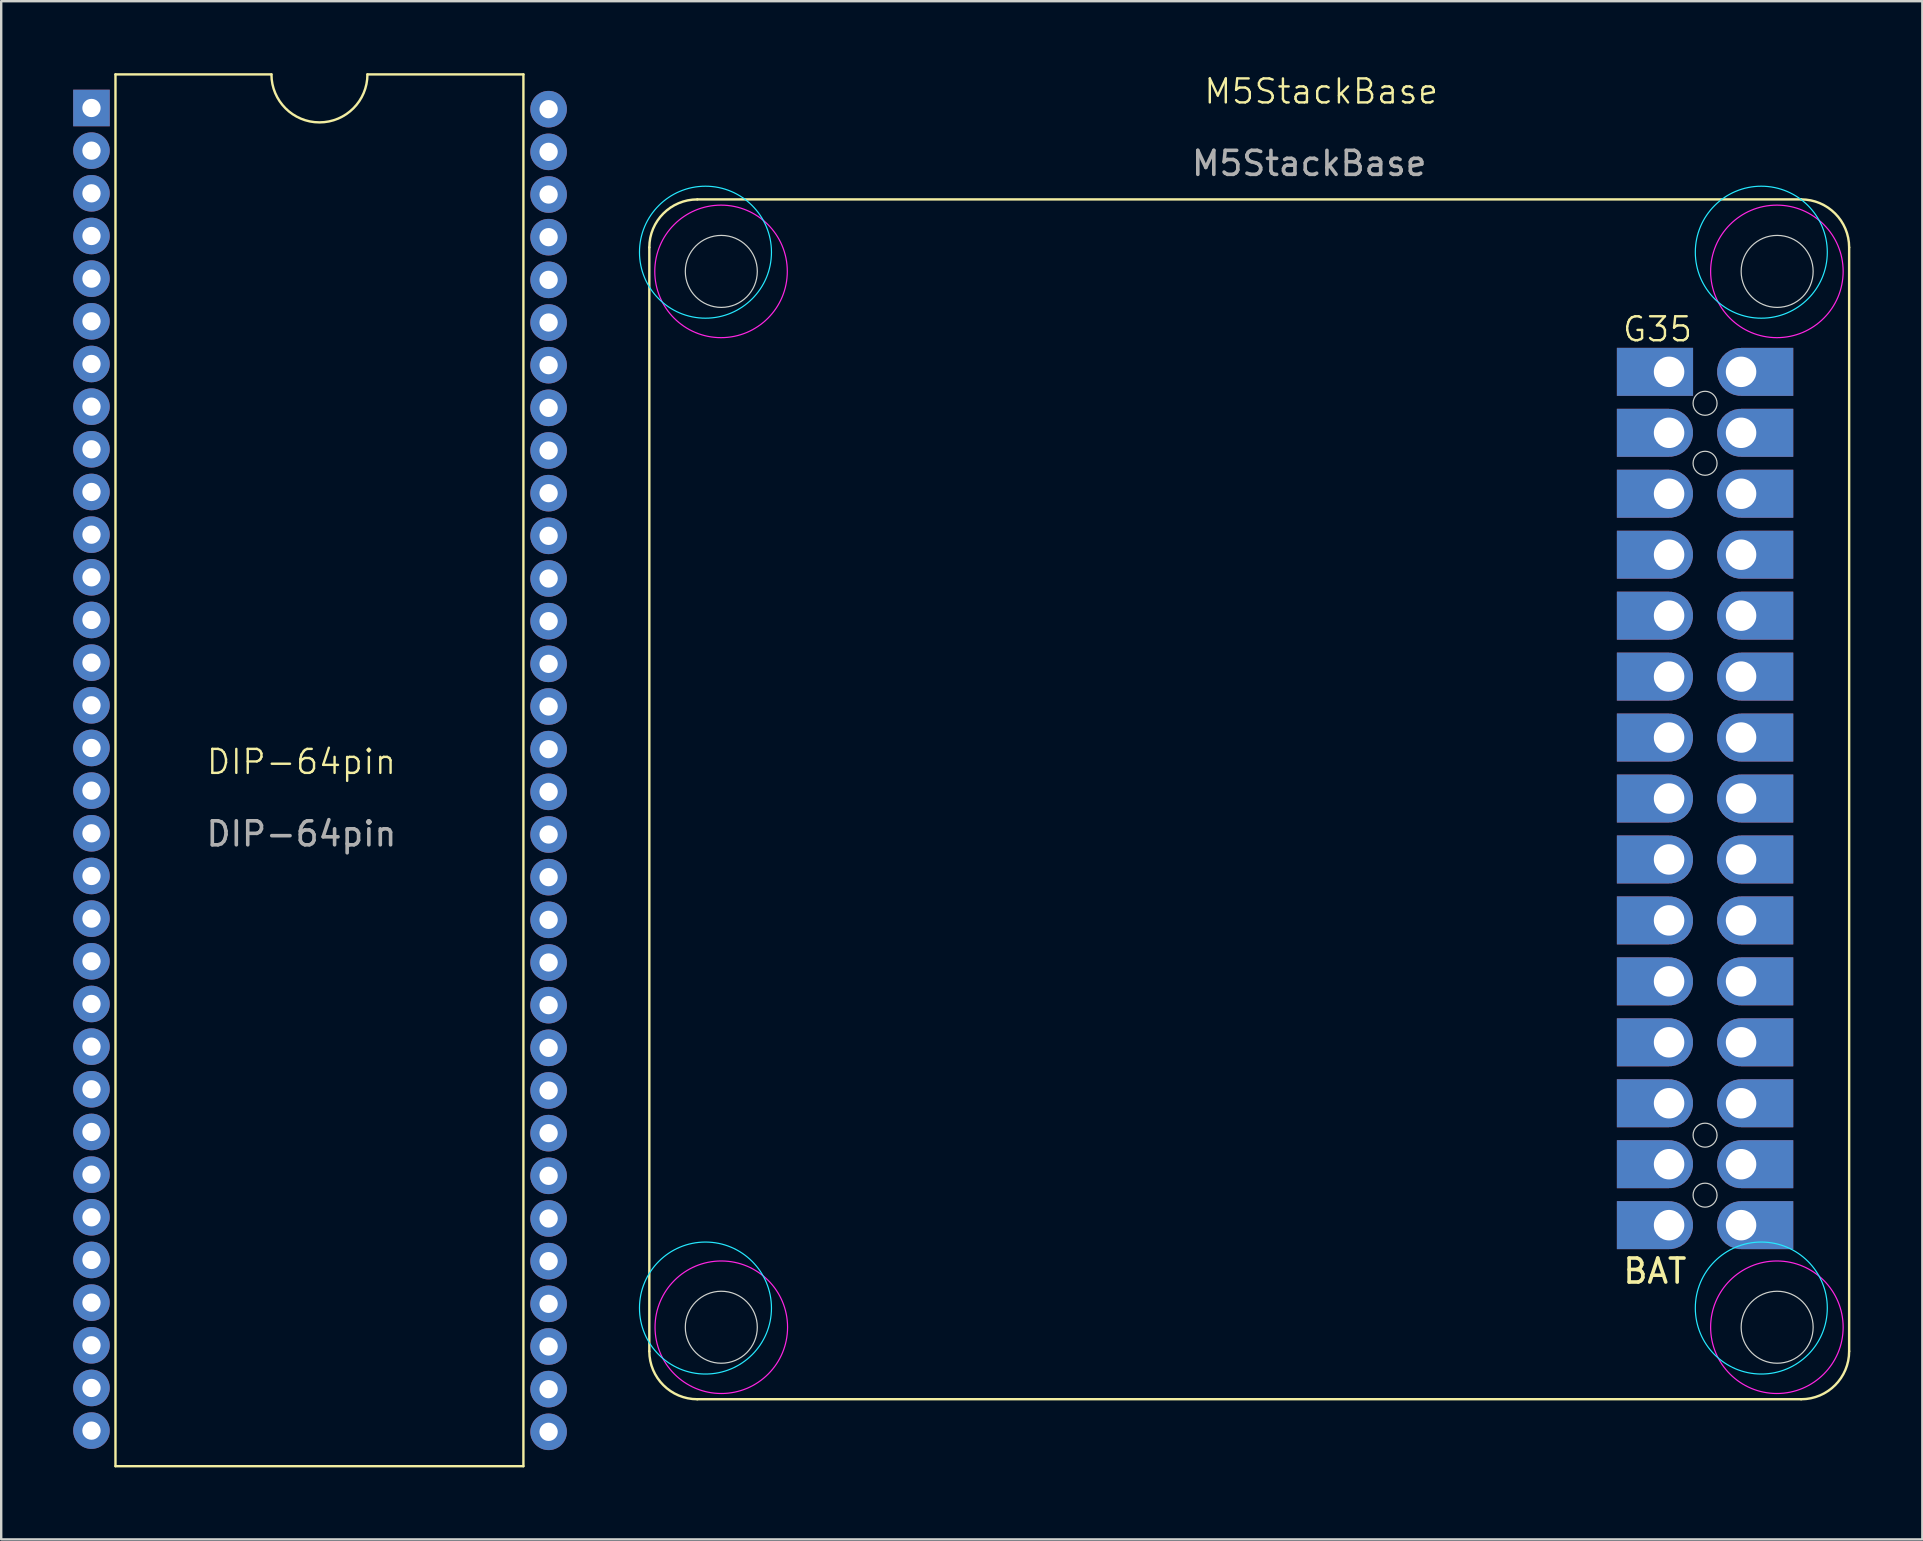
<source format=kicad_pcb>
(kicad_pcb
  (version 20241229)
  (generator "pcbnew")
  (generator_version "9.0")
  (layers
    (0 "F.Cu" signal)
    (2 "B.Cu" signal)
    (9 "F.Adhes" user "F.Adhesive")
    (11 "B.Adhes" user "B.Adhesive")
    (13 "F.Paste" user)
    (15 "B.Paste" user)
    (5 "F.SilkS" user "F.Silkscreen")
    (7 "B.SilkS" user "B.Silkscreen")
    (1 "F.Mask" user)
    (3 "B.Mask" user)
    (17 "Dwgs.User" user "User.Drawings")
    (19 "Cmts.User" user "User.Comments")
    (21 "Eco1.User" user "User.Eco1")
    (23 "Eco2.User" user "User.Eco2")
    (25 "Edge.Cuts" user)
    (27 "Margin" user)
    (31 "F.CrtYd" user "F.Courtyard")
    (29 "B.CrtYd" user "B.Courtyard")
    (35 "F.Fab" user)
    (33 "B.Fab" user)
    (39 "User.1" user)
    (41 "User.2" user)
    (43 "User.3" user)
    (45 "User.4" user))
  (footprint "DIP-64pin"
    (layer "F.Cu")
    (at 0.762 1.45)
    (property "Reference" "DIP-64pin" (at 8.75 27.25 0) (unlocked yes) (layer "F.SilkS") (effects (font (size 1 1) (thickness 0.1))))
    (attr through_hole)
    (fp_line (start 1 -1.4) (end 7.5 -1.4) (stroke (width 0.1) (type default)) (layer "F.SilkS"))
    (fp_line (start 1 56.6) (end 1 -1.4) (stroke (width 0.1) (type default)) (layer "F.SilkS"))
    (fp_line (start 11.5 -1.4) (end 18 -1.4) (stroke (width 0.1) (type default)) (layer "F.SilkS"))
    (fp_line (start 18 -1.4) (end 18 56.6) (stroke (width 0.1) (type default)) (layer "F.SilkS"))
    (fp_line (start 18 56.6) (end 1 56.6) (stroke (width 0.1) (type default)) (layer "F.SilkS"))
    (fp_arc (start 11.5 -1.4) (mid 9.5 0.6) (end 7.5 -1.4) (stroke (width 0.1) (type default)) (layer "F.SilkS"))
    (fp_text user "${REFERENCE}" (at 8.75 30.25 0) (unlocked yes) (layer "F.Fab") (effects (font (size 1 1) (thickness 0.15))))
    (pad "1" thru_hole rect (at 0 0) (size 1.524 1.524) (drill 0.762) (layers "*.Cu" "*.Mask"))
    (pad "2" thru_hole circle (at 0 1.778) (size 1.524 1.524) (drill 0.762) (layers "*.Cu" "*.Mask"))
    (pad "3" thru_hole circle (at 0 3.556) (size 1.524 1.524) (drill 0.762) (layers "*.Cu" "*.Mask"))
    (pad "4" thru_hole circle (at 0 5.334) (size 1.524 1.524) (drill 0.762) (layers "*.Cu" "*.Mask"))
    (pad "5" thru_hole circle (at 0 7.112) (size 1.524 1.524) (drill 0.762) (layers "*.Cu" "*.Mask"))
    (pad "6" thru_hole circle (at 0 8.89) (size 1.524 1.524) (drill 0.762) (layers "*.Cu" "*.Mask"))
    (pad "7" thru_hole circle (at 0 10.668) (size 1.524 1.524) (drill 0.762) (layers "*.Cu" "*.Mask"))
    (pad "8" thru_hole circle (at 0 12.446) (size 1.524 1.524) (drill 0.762) (layers "*.Cu" "*.Mask"))
    (pad "9" thru_hole circle (at 0 14.224) (size 1.524 1.524) (drill 0.762) (layers "*.Cu" "*.Mask"))
    (pad "10" thru_hole circle (at 0 16.002) (size 1.524 1.524) (drill 0.762) (layers "*.Cu" "*.Mask"))
    (pad "11" thru_hole circle (at 0 17.78) (size 1.524 1.524) (drill 0.762) (layers "*.Cu" "*.Mask"))
    (pad "12" thru_hole circle (at 0 19.558) (size 1.524 1.524) (drill 0.762) (layers "*.Cu" "*.Mask"))
    (pad "13" thru_hole circle (at 0 21.336) (size 1.524 1.524) (drill 0.762) (layers "*.Cu" "*.Mask"))
    (pad "14" thru_hole circle (at 0 23.114) (size 1.524 1.524) (drill 0.762) (layers "*.Cu" "*.Mask"))
    (pad "15" thru_hole circle (at 0 24.892) (size 1.524 1.524) (drill 0.762) (layers "*.Cu" "*.Mask"))
    (pad "16" thru_hole circle (at 0 26.67) (size 1.524 1.524) (drill 0.762) (layers "*.Cu" "*.Mask"))
    (pad "17" thru_hole circle (at 0 28.448) (size 1.524 1.524) (drill 0.762) (layers "*.Cu" "*.Mask"))
    (pad "18" thru_hole circle (at 0 30.226) (size 1.524 1.524) (drill 0.762) (layers "*.Cu" "*.Mask"))
    (pad "19" thru_hole circle (at 0 32.004) (size 1.524 1.524) (drill 0.762) (layers "*.Cu" "*.Mask"))
    (pad "20" thru_hole circle (at 0 33.782) (size 1.524 1.524) (drill 0.762) (layers "*.Cu" "*.Mask"))
    (pad "21" thru_hole circle (at 0 35.56) (size 1.524 1.524) (drill 0.762) (layers "*.Cu" "*.Mask"))
    (pad "22" thru_hole circle (at 0 37.338) (size 1.524 1.524) (drill 0.762) (layers "*.Cu" "*.Mask"))
    (pad "23" thru_hole circle (at 0 39.116) (size 1.524 1.524) (drill 0.762) (layers "*.Cu" "*.Mask"))
    (pad "24" thru_hole circle (at 0 40.894) (size 1.524 1.524) (drill 0.762) (layers "*.Cu" "*.Mask"))
    (pad "25" thru_hole circle (at 0 42.672) (size 1.524 1.524) (drill 0.762) (layers "*.Cu" "*.Mask"))
    (pad "26" thru_hole circle (at 0 44.45) (size 1.524 1.524) (drill 0.762) (layers "*.Cu" "*.Mask"))
    (pad "27" thru_hole circle (at 0 46.228) (size 1.524 1.524) (drill 0.762) (layers "*.Cu" "*.Mask"))
    (pad "28" thru_hole circle (at 0 48.006) (size 1.524 1.524) (drill 0.762) (layers "*.Cu" "*.Mask"))
    (pad "29" thru_hole circle (at 0 49.784) (size 1.524 1.524) (drill 0.762) (layers "*.Cu" "*.Mask"))
    (pad "30" thru_hole circle (at 0 51.562) (size 1.524 1.524) (drill 0.762) (layers "*.Cu" "*.Mask"))
    (pad "31" thru_hole circle (at 0 53.34) (size 1.524 1.524) (drill 0.762) (layers "*.Cu" "*.Mask"))
    (pad "32" thru_hole circle (at 0 55.118) (size 1.524 1.524) (drill 0.762) (layers "*.Cu" "*.Mask"))
    (pad "33" thru_hole circle (at 19.05 55.168) (size 1.524 1.524) (drill 0.762) (layers "*.Cu" "*.Mask"))
    (pad "34" thru_hole circle (at 19.05 53.39) (size 1.524 1.524) (drill 0.762) (layers "*.Cu" "*.Mask"))
    (pad "35" thru_hole circle (at 19.05 51.612) (size 1.524 1.524) (drill 0.762) (layers "*.Cu" "*.Mask"))
    (pad "36" thru_hole circle (at 19.05 49.834) (size 1.524 1.524) (drill 0.762) (layers "*.Cu" "*.Mask"))
    (pad "37" thru_hole circle (at 19.05 48.056) (size 1.524 1.524) (drill 0.762) (layers "*.Cu" "*.Mask"))
    (pad "38" thru_hole circle (at 19.05 46.278) (size 1.524 1.524) (drill 0.762) (layers "*.Cu" "*.Mask"))
    (pad "39" thru_hole circle (at 19.05 44.5) (size 1.524 1.524) (drill 0.762) (layers "*.Cu" "*.Mask"))
    (pad "40" thru_hole circle (at 19.05 42.722) (size 1.524 1.524) (drill 0.762) (layers "*.Cu" "*.Mask"))
    (pad "41" thru_hole circle (at 19.05 40.944) (size 1.524 1.524) (drill 0.762) (layers "*.Cu" "*.Mask"))
    (pad "42" thru_hole circle (at 19.05 39.166) (size 1.524 1.524) (drill 0.762) (layers "*.Cu" "*.Mask"))
    (pad "43" thru_hole circle (at 19.05 37.388) (size 1.524 1.524) (drill 0.762) (layers "*.Cu" "*.Mask"))
    (pad "44" thru_hole circle (at 19.05 35.61) (size 1.524 1.524) (drill 0.762) (layers "*.Cu" "*.Mask"))
    (pad "45" thru_hole circle (at 19.05 33.832) (size 1.524 1.524) (drill 0.762) (layers "*.Cu" "*.Mask"))
    (pad "46" thru_hole circle (at 19.05 32.054) (size 1.524 1.524) (drill 0.762) (layers "*.Cu" "*.Mask"))
    (pad "47" thru_hole circle (at 19.05 30.276) (size 1.524 1.524) (drill 0.762) (layers "*.Cu" "*.Mask"))
    (pad "48" thru_hole circle (at 19.05 28.498) (size 1.524 1.524) (drill 0.762) (layers "*.Cu" "*.Mask"))
    (pad "49" thru_hole circle (at 19.05 26.72) (size 1.524 1.524) (drill 0.762) (layers "*.Cu" "*.Mask"))
    (pad "50" thru_hole circle (at 19.05 24.942) (size 1.524 1.524) (drill 0.762) (layers "*.Cu" "*.Mask"))
    (pad "51" thru_hole circle (at 19.05 23.164) (size 1.524 1.524) (drill 0.762) (layers "*.Cu" "*.Mask"))
    (pad "52" thru_hole circle (at 19.05 21.386) (size 1.524 1.524) (drill 0.762) (layers "*.Cu" "*.Mask"))
    (pad "53" thru_hole circle (at 19.05 19.608) (size 1.524 1.524) (drill 0.762) (layers "*.Cu" "*.Mask"))
    (pad "54" thru_hole circle (at 19.05 17.83) (size 1.524 1.524) (drill 0.762) (layers "*.Cu" "*.Mask"))
    (pad "55" thru_hole circle (at 19.05 16.052) (size 1.524 1.524) (drill 0.762) (layers "*.Cu" "*.Mask"))
    (pad "56" thru_hole circle (at 19.05 14.274) (size 1.524 1.524) (drill 0.762) (layers "*.Cu" "*.Mask"))
    (pad "57" thru_hole circle (at 19.05 12.496) (size 1.524 1.524) (drill 0.762) (layers "*.Cu" "*.Mask"))
    (pad "58" thru_hole circle (at 19.05 10.718) (size 1.524 1.524) (drill 0.762) (layers "*.Cu" "*.Mask"))
    (pad "59" thru_hole circle (at 19.05 8.94) (size 1.524 1.524) (drill 0.762) (layers "*.Cu" "*.Mask"))
    (pad "60" thru_hole circle (at 19.05 7.162) (size 1.524 1.524) (drill 0.762) (layers "*.Cu" "*.Mask"))
    (pad "61" thru_hole circle (at 19.05 5.384) (size 1.524 1.524) (drill 0.762) (layers "*.Cu" "*.Mask"))
    (pad "62" thru_hole circle (at 19.05 3.606) (size 1.524 1.524) (drill 0.762) (layers "*.Cu" "*.Mask"))
    (pad "63" thru_hole circle (at 19.05 1.828) (size 1.524 1.524) (drill 0.762) (layers "*.Cu" "*.Mask"))
    (pad "64" thru_hole circle (at 19.05 0.05) (size 1.524 1.524) (drill 0.762) (layers "*.Cu" "*.Mask")))
  (footprint "M5StackBase"
    (layer "F.Cu")
    (at 24.003 5.254)
    (property "Reference" "M5StackBase" (at 28.006 -4.494 0) (unlocked yes) (layer "F.SilkS") (effects (font (size 1 1) (thickness 0.1))))
    (fp_line (start 0.006 2.006) (end 0.006 48.006) (stroke (width 0.1) (type default)) (layer "F.SilkS"))
    (fp_line (start 2.006 50.006) (end 48.006 50.006) (stroke (width 0.1) (type default)) (layer "F.SilkS"))
    (fp_line (start 48.006 0.006) (end 2.006 0.006) (stroke (width 0.1) (type default)) (layer "F.SilkS"))
    (fp_line (start 50.006 48.006) (end 50.006 2.006) (stroke (width 0.1) (type default)) (layer "F.SilkS"))
    (fp_arc (start 0.006214 2.006214) (mid 0.592 0.592) (end 2.006214 0.006214) (stroke (width 0.1) (type default)) (layer "F.SilkS"))
    (fp_arc (start 2.006214 50.006214) (mid 0.592 49.420428) (end 0.006214 48.006214) (stroke (width 0.1) (type default)) (layer "F.SilkS"))
    (fp_arc (start 48.006214 0.006214) (mid 49.420428 0.592) (end 50.006214 2.006214) (stroke (width 0.1) (type default)) (layer "F.SilkS"))
    (fp_arc (start 50.006214 48.006214) (mid 49.420428 49.420428) (end 48.006214 50.006214) (stroke (width 0.1) (type default)) (layer "F.SilkS"))
    (fp_circle (center 3.006 3.006) (end 3.006 4.506) (stroke (width 0.05) (type default)) (fill no) (layer "Edge.Cuts"))
    (fp_circle (center 3.006 47.006) (end 3.006 48.506) (stroke (width 0.05) (type default)) (fill no) (layer "Edge.Cuts"))
    (fp_circle (center 44.002 8.502) (end 44.002 9.002) (stroke (width 0.05) (type default)) (fill no) (layer "Edge.Cuts"))
    (fp_circle (center 44.002 11.002) (end 44.002 11.502) (stroke (width 0.05) (type default)) (fill no) (layer "Edge.Cuts"))
    (fp_circle (center 44.002 39.002) (end 44.002 39.502) (stroke (width 0.05) (type default)) (fill no) (layer "Edge.Cuts"))
    (fp_circle (center 44.002 41.502) (end 44.002 42.002) (stroke (width 0.05) (type default)) (fill no) (layer "Edge.Cuts"))
    (fp_circle (center 47.006 3.006) (end 47.006 4.506) (stroke (width 0.05) (type default)) (fill no) (layer "Edge.Cuts"))
    (fp_circle (center 47.006 47.006) (end 47.006 48.506) (stroke (width 0.05) (type default)) (fill no) (layer "Edge.Cuts"))
    (fp_circle (center 2.346 2.206) (end 2.346 4.956) (stroke (width 0.05) (type default)) (fill no) (layer "B.CrtYd"))
    (fp_circle (center 2.346 46.206) (end 2.346 48.956) (stroke (width 0.05) (type default)) (fill no) (layer "B.CrtYd"))
    (fp_circle (center 46.346 2.206) (end 46.346 4.956) (stroke (width 0.05) (type default)) (fill no) (layer "B.CrtYd"))
    (fp_circle (center 46.346 46.206) (end 46.346 48.956) (stroke (width 0.05) (type default)) (fill no) (layer "B.CrtYd"))
    (fp_circle (center 2.995 3.006) (end 3.245 5.756) (stroke (width 0.05) (type default)) (fill no) (layer "F.CrtYd"))
    (fp_circle (center 3.006 47.006) (end 3.256 49.756) (stroke (width 0.05) (type default)) (fill no) (layer "F.CrtYd"))
    (fp_circle (center 46.995 3.006) (end 47.245 5.756) (stroke (width 0.05) (type default)) (fill no) (layer "F.CrtYd"))
    (fp_circle (center 46.995 47.006) (end 47.245 49.756) (stroke (width 0.05) (type default)) (fill no) (layer "F.CrtYd"))
    (fp_text user "BAT" (at 40.502 45.252 0) (unlocked yes) (layer "F.SilkS") (effects (font (size 1 1) (thickness 0.15)) (justify left bottom)))
    (fp_text user "G35" (at 40.502 6.002 0) (unlocked yes) (layer "F.SilkS") (effects (font (size 1 1) (thickness 0.1)) (justify left bottom)))
    (fp_text user "${REFERENCE}" (at 27.506 -1.494 0) (unlocked yes) (layer "F.Fab") (effects (font (size 1 1) (thickness 0.15))))
    (pad "3V3" thru_hole custom (at 42.502 19.892) (size 2 2) (drill 1.27) (layers "*.Cu" "*.Mask") (options (anchor circle)) (primitives (gr_poly (pts (xy 0 -1) (xy -2.175 -1) (xy -2.175 1) (xy 0 1)) (width 0) (fill yes))))
    (pad "5V" thru_hole custom (at 42.502 40.212) (size 2 2) (drill 1.27) (layers "*.Cu" "*.Mask") (options (anchor circle)) (primitives (gr_poly (pts (xy 0 -1) (xy -2.175 -1) (xy -2.175 1) (xy 0 1)) (width 0) (fill yes))))
    (pad "BAT" thru_hole custom (at 42.502 42.752) (size 2 2) (drill 1.27) (layers "*.Cu" "*.Mask") (options (anchor circle)) (primitives (gr_poly (pts (xy 0 -1) (xy -2.175 -1) (xy -2.175 1) (xy 0 1)) (width 0) (fill yes))))
    (pad "EN" thru_hole custom (at 42.502 12.272) (size 2 2) (drill 1.27) (layers "*.Cu" "*.Mask") (options (anchor circle)) (primitives (gr_poly (pts (xy 0 -1) (xy -2.175 -1) (xy -2.175 1) (xy 0 1)) (width 0) (fill yes))))
    (pad "G0" thru_hole custom (at 42.502 35.132) (size 2 2) (drill 1.27) (layers "*.Cu" "*.Mask") (options (anchor circle)) (primitives (gr_poly (pts (xy 0 -1) (xy -2.175 -1) (xy -2.175 1) (xy 0 1)) (width 0) (fill yes))))
    (pad "G1" thru_hole custom (at 42.502 22.432) (size 2 2) (drill 1.27) (layers "*.Cu" "*.Mask") (options (anchor circle)) (primitives (gr_poly (pts (xy 0 -1) (xy -2.175 -1) (xy -2.175 1) (xy 0 1)) (width 0) (fill yes))))
    (pad "G2" thru_hole custom (at 45.502 35.132) (size 2 2) (drill 1.27) (layers "*.Cu" "*.Mask") (options (anchor circle)) (primitives (gr_poly (pts (xy 0 -1) (xy 2.175 -1) (xy 2.175 1) (xy 0 1)) (width 0) (fill yes))))
    (pad "G3" thru_hole custom (at 45.502 22.432) (size 2 2) (drill 1.27) (layers "*.Cu" "*.Mask") (options (anchor circle)) (primitives (gr_poly (pts (xy 0 -1) (xy 2.175 -1) (xy 2.175 1) (xy 0 1)) (width 0) (fill yes))))
    (pad "G13" thru_hole custom (at 45.502 24.972) (size 2 2) (drill 1.27) (layers "*.Cu" "*.Mask") (options (anchor circle)) (primitives (gr_poly (pts (xy 0 -1) (xy 2.175 -1) (xy 2.175 1) (xy 0 1)) (width 0) (fill yes))))
    (pad "G14" thru_hole custom (at 42.502 24.972) (size 2 2) (drill 1.27) (layers "*.Cu" "*.Mask") (options (anchor circle)) (primitives (gr_poly (pts (xy 0 -1) (xy -2.175 -1) (xy -2.175 1) (xy 0 1)) (width 0) (fill yes))))
    (pad "G18" thru_hole custom (at 45.502 19.892) (size 2 2) (drill 1.27) (layers "*.Cu" "*.Mask") (options (anchor circle)) (primitives (gr_poly (pts (xy 0 -1) (xy 2.175 -1) (xy 2.175 1) (xy 0 1)) (width 0) (fill yes))))
    (pad "G19" thru_hole custom (at 42.502 32.592) (size 2 2) (drill 1.27) (layers "*.Cu" "*.Mask") (options (anchor circle)) (primitives (gr_poly (pts (xy 0 -1) (xy -2.175 -1) (xy -2.175 1) (xy 0 1)) (width 0) (fill yes))))
    (pad "G21" thru_hole custom (at 45.502 27.512) (size 2 2) (drill 1.27) (layers "*.Cu" "*.Mask") (options (anchor circle)) (primitives (gr_poly (pts (xy 0 -1) (xy 2.175 -1) (xy 2.175 1) (xy 0 1)) (width 0) (fill yes))))
    (pad "G22" thru_hole custom (at 42.502 27.512) (size 2 2) (drill 1.27) (layers "*.Cu" "*.Mask") (options (anchor circle)) (primitives (gr_poly (pts (xy 0 -1) (xy -2.175 -1) (xy -2.175 1) (xy 0 1)) (width 0) (fill yes))))
    (pad "G23" thru_hole custom (at 45.502 14.812) (size 2 2) (drill 1.27) (layers "*.Cu" "*.Mask") (options (anchor circle)) (primitives (gr_poly (pts (xy 0 -1) (xy 2.175 -1) (xy 2.175 1) (xy 0 1)) (width 0) (fill yes))))
    (pad "G25" thru_hole custom (at 42.502 14.812) (size 2 2) (drill 1.27) (layers "*.Cu" "*.Mask") (options (anchor circle)) (primitives (gr_poly (pts (xy 0 -1) (xy -2.175 -1) (xy -2.175 1) (xy 0 1)) (width 0) (fill yes))))
    (pad "G26" thru_hole custom (at 42.502 17.352) (size 2 2) (drill 1.27) (layers "*.Cu" "*.Mask") (options (anchor circle)) (primitives (gr_poly (pts (xy 0 -1) (xy -2.175 -1) (xy -2.175 1) (xy 0 1)) (width 0) (fill yes))))
    (pad "G27" thru_hole custom (at 45.502 32.592) (size 2 2) (drill 1.27) (layers "*.Cu" "*.Mask") (options (anchor circle)) (primitives (gr_poly (pts (xy 0 -1) (xy 2.175 -1) (xy 2.175 1) (xy 0 1)) (width 0) (fill yes))))
    (pad "G32" thru_hole custom (at 45.502 30.052) (size 2 2) (drill 1.27) (layers "*.Cu" "*.Mask") (options (anchor circle)) (primitives (gr_poly (pts (xy 0 -1) (xy 2.175 -1) (xy 2.175 1) (xy 0 1)) (width 0) (fill yes))))
    (pad "G33" thru_hole custom (at 42.502 30.052) (size 2 2) (drill 1.27) (layers "*.Cu" "*.Mask") (options (anchor circle)) (primitives (gr_poly (pts (xy 0 -1) (xy -2.175 -1) (xy -2.175 1) (xy 0 1)) (width 0) (fill yes))))
    (pad "G34" thru_hole custom (at 42.502 37.672) (size 2 2) (drill 1.27) (layers "*.Cu" "*.Mask") (options (anchor circle)) (primitives (gr_poly (pts (xy 0 -1) (xy -2.175 -1) (xy -2.175 1) (xy 0 1)) (width 0) (fill yes))))
    (pad "G35" thru_hole custom (at 42.502 7.192) (size 2 2) (drill 1.27) (layers "*.Cu" "*.Mask") (options (anchor rect)) (primitives (gr_poly (pts (xy 0 -1) (xy -2.175 -1) (xy -2.175 1) (xy 0 1)) (width 0) (fill yes))))
    (pad "G36" thru_hole custom (at 42.502 9.732) (size 2 2) (drill 1.27) (layers "*.Cu" "*.Mask") (options (anchor circle)) (primitives (gr_poly (pts (xy 0 -1) (xy -2.175 -1) (xy -2.175 1) (xy 0 1)) (width 0) (fill yes))))
    (pad "G38" thru_hole custom (at 45.502 17.352) (size 2 2) (drill 1.27) (layers "*.Cu" "*.Mask") (options (anchor circle)) (primitives (gr_poly (pts (xy 0 -1) (xy 2.175 -1) (xy 2.175 1) (xy 0 1)) (width 0) (fill yes))))
    (pad "GND" thru_hole custom (at 45.502 7.192) (size 2 2) (drill 1.27) (layers "*.Cu" "*.Mask") (options (anchor circle)) (primitives (gr_poly (pts (xy 0 -1) (xy 2.175 -1) (xy 2.175 1) (xy 0 1)) (width 0) (fill yes))))
    (pad "GND" thru_hole custom (at 45.502 9.732) (size 2 2) (drill 1.27) (layers "*.Cu" "*.Mask") (options (anchor circle)) (primitives (gr_poly (pts (xy 0 -1) (xy 2.175 -1) (xy 2.175 1) (xy 0 1)) (width 0) (fill yes))))
    (pad "GND" thru_hole custom (at 45.502 12.272) (size 2 2) (drill 1.27) (layers "*.Cu" "*.Mask") (options (anchor circle)) (primitives (gr_poly (pts (xy 0 -1) (xy 2.175 -1) (xy 2.175 1) (xy 0 1)) (width 0) (fill yes))))
    (pad "NC" thru_hole custom (at 45.502 37.672) (size 2 2) (drill 1.27) (layers "*.Cu" "*.Mask") (options (anchor circle)) (primitives (gr_poly (pts (xy 0 -1) (xy 2.175 -1) (xy 2.175 1) (xy 0 1)) (width 0) (fill yes))))
    (pad "NC" thru_hole custom (at 45.502 40.212) (size 2 2) (drill 1.27) (layers "*.Cu" "*.Mask") (options (anchor circle)) (primitives (gr_poly (pts (xy 0 -1) (xy 2.175 -1) (xy 2.175 1) (xy 0 1)) (width 0) (fill yes))))
    (pad "NC" thru_hole custom (at 45.502 42.752) (size 2 2) (drill 1.27) (layers "*.Cu" "*.Mask") (options (anchor circle)) (primitives (gr_poly (pts (xy 0 -1) (xy 2.175 -1) (xy 2.175 1) (xy 0 1)) (width 0) (fill yes)))))
  (gr_rect
    (start -3 -3)
    (end 77.059 61.1)
    (stroke (width 0.1) (type default))
    (fill no)
    (layer "Edge.Cuts")))
</source>
